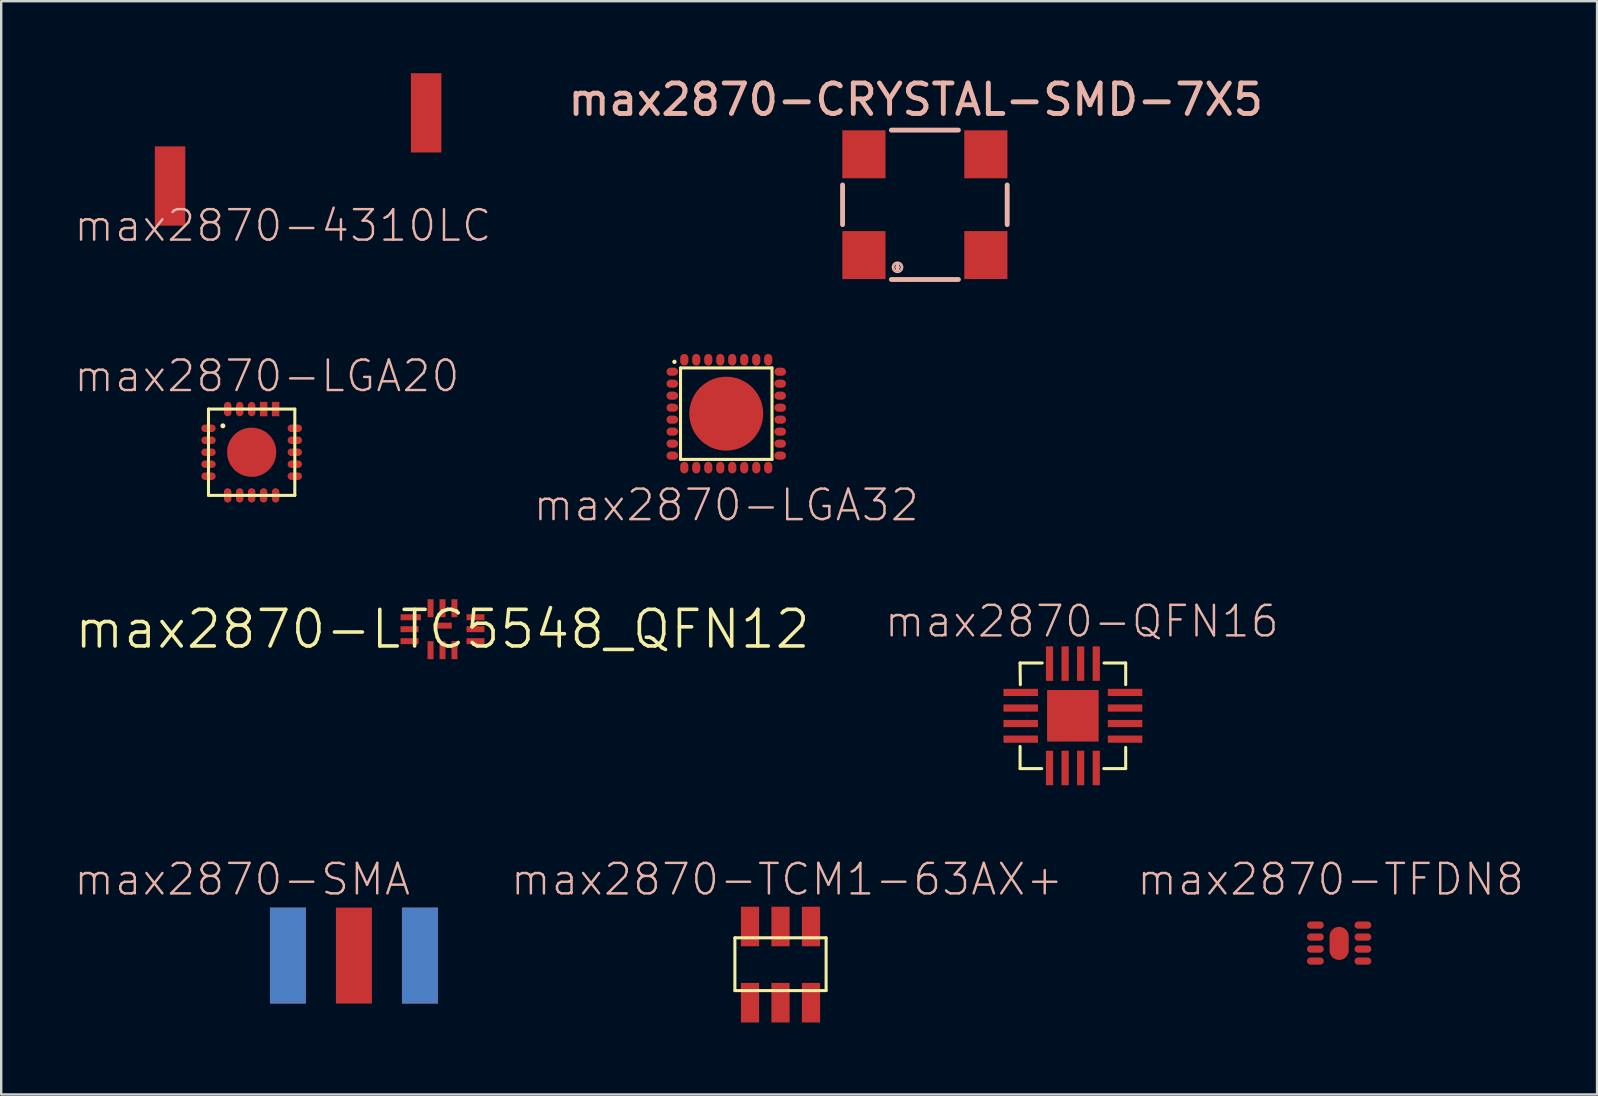
<source format=kicad_pcb>
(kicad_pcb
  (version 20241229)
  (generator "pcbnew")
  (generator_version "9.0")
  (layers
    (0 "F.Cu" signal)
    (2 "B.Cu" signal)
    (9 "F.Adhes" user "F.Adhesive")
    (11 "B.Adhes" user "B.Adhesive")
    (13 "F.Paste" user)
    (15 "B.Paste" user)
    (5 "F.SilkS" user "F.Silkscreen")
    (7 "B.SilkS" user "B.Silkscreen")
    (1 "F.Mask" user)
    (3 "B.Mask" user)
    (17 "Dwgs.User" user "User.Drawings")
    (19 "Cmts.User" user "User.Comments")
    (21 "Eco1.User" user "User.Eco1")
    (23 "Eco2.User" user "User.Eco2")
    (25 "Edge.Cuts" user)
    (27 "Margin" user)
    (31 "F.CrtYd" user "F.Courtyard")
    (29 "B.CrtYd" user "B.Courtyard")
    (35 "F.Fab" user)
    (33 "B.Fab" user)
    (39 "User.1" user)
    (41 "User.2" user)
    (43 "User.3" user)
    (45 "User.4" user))
  (footprint "max2870-TFDN8"
    (layer "F.Cu")
    (at 51.75 35.49)
    (property "Reference" "max2870-TFDN8" (at 0.635 -1.905 0) (layer "B.SilkS") (effects (font (size 1.27 1.27) (thickness 0.102))))
    (attr smd)
    (pad "1" smd oval (at 0 0) (size 0.699 0.3) (layers "F.Cu" "F.Mask" "F.Paste"))
    (pad "2" smd oval (at 0 0.498) (size 0.699 0.3) (layers "F.Cu" "F.Mask" "F.Paste"))
    (pad "3" smd oval (at 0 0.998) (size 0.699 0.3) (layers "F.Cu" "F.Mask" "F.Paste"))
    (pad "4" smd oval (at 0 1.499) (size 0.699 0.3) (layers "F.Cu" "F.Mask" "F.Paste"))
    (pad "5" smd oval (at 1.979 1.499) (size 0.699 0.3) (layers "F.Cu" "F.Mask" "F.Paste"))
    (pad "6" smd oval (at 1.979 0.998) (size 0.699 0.3) (layers "F.Cu" "F.Mask" "F.Paste"))
    (pad "7" smd oval (at 1.979 0.498) (size 0.699 0.3) (layers "F.Cu" "F.Mask" "F.Paste"))
    (pad "8" smd oval (at 1.979 0) (size 0.699 0.3) (layers "F.Cu" "F.Mask" "F.Paste"))
    (pad "PAD" smd oval (at 0.988 0.762) (size 0.798 1.379) (layers "F.Cu" "F.Mask" "F.Paste")))
  (footprint "max2870-LTC5548_QFN12"
    (layer "F.Cu")
    (at 15.385 23.163)
    (property "Reference" "max2870-LTC5548_QFN12" (at 0 0 0) (layer "F.SilkS") (effects (font (size 1.524 1.524) (thickness 0.15))))
    (attr smd)
    (pad "EN" smd rect (at 1.374 0.498 180) (size 0.749 0.249) (layers "F.Cu" "F.Mask" "F.Paste"))
    (pad "GND@" smd rect (at -1.323 -0.498) (size 0.848 0.249) (layers "F.Cu" "F.Mask" "F.Paste"))
    (pad "GND@" smd rect (at -0.498 -0.874 270) (size 0.749 0.249) (layers "F.Cu" "F.Mask" "F.Paste"))
    (pad "GND@" smd rect (at -0.498 0.874 90) (size 0.749 0.249) (layers "F.Cu" "F.Mask" "F.Paste"))
    (pad "GND@" smd rect (at 0.498 -0.874 270) (size 0.749 0.249) (layers "F.Cu" "F.Mask" "F.Paste"))
    (pad "GND@" smd rect (at 0.498 0.874 90) (size 0.749 0.249) (layers "F.Cu" "F.Mask" "F.Paste"))
    (pad "IF+" smd rect (at -1.374 0) (size 0.749 0.249) (layers "F.Cu" "F.Mask" "F.Paste"))
    (pad "IF-" smd rect (at -1.374 0.498) (size 0.749 0.249) (layers "F.Cu" "F.Mask" "F.Paste"))
    (pad "LO" smd rect (at 0 -0.874 270) (size 0.749 0.249) (layers "F.Cu" "F.Mask" "F.Paste"))
    (pad "P$1" smd rect (at 0 -0.15) (size 0.77 0.249) (layers "F.Cu" "F.Mask" "F.Paste"))
    (pad "RF" smd rect (at 0 0.874 90) (size 0.749 0.249) (layers "F.Cu" "F.Mask" "F.Paste"))
    (pad "VCC" smd rect (at 1.374 -0.498 180) (size 0.749 0.249) (layers "F.Cu" "F.Mask" "F.Paste"))
    (pad "X2" smd rect (at 1.374 0 180) (size 0.749 0.249) (layers "F.Cu" "F.Mask" "F.Paste")))
  (footprint "max2870-4310LC"
    (layer "F.Cu")
    (at 9.369 3.175)
    (property "Reference" "max2870-4310LC" (at -0.635 3.175 0) (layer "B.SilkS") (effects (font (size 1.27 1.27) (thickness 0.102))))
    (attr smd)
    (pad "1" smd rect (at -5.334 1.524 180) (size 1.27 3.302) (layers "F.Cu" "F.Mask" "F.Paste"))
    (pad "2" smd rect (at 5.334 -1.524 90) (size 3.302 1.27) (layers "F.Cu" "F.Mask" "F.Paste")))
  (footprint "max2870-SMA"
    (layer "F.Cu")
    (at 8.946 36.76)
    (property "Reference" "max2870-SMA" (at -1.905 -3.175 180) (layer "B.SilkS") (effects (font (size 1.27 1.27) (thickness 0.102))))
    (attr smd)
    (pad "GND@" smd rect (at 0 0 90) (size 3.998 1.499) (layers "F.Cu" "F.Mask" "F.Paste"))
    (pad "GND@" smd rect (at 0 0 90) (size 3.998 1.499) (layers "B.Cu" "B.Mask"))
    (pad "GND@" smd rect (at 5.499 0 90) (size 3.998 1.499) (layers "F.Cu" "F.Mask" "F.Paste"))
    (pad "GND@" smd rect (at 5.499 0 90) (size 3.998 1.499) (layers "B.Cu" "B.Mask"))
    (pad "SIGN" smd rect (at 2.748 0 90) (size 3.998 1.499) (layers "F.Cu" "F.Mask" "F.Paste")))
  (footprint "max2870-LGA32"
    (layer "F.Cu")
    (at 27.206 14.183)
    (property "Reference" "max2870-LGA32" (at 0 3.81 0) (layer "B.SilkS") (effects (font (size 1.27 1.27) (thickness 0.102))))
    (attr smd)
    (fp_line (start -1.905 -1.905) (end 1.905 -1.905) (stroke (width 0.127) (type solid)) (layer "F.SilkS"))
    (fp_line (start -1.905 1.905) (end -1.905 -1.905) (stroke (width 0.127) (type solid)) (layer "F.SilkS"))
    (fp_line (start 1.905 -1.905) (end 1.905 1.905) (stroke (width 0.127) (type solid)) (layer "F.SilkS"))
    (fp_line (start 1.905 1.905) (end -1.905 1.905) (stroke (width 0.127) (type solid)) (layer "F.SilkS"))
    (fp_circle (center -2.159 -2.159) (end -2.223 -2.223) (stroke (width 0) (type solid)) (fill yes) (layer "F.SilkS"))
    (pad "1" smd oval (at -2.248 -1.748 180) (size 0.483 0.338) (layers "F.Cu" "F.Mask" "F.Paste"))
    (pad "2" smd oval (at -2.248 -1.25 180) (size 0.483 0.338) (layers "F.Cu" "F.Mask" "F.Paste"))
    (pad "3" smd oval (at -2.248 -0.749 180) (size 0.483 0.338) (layers "F.Cu" "F.Mask" "F.Paste"))
    (pad "4" smd oval (at -2.248 -0.249 180) (size 0.483 0.338) (layers "F.Cu" "F.Mask" "F.Paste"))
    (pad "5" smd oval (at -2.248 0.249 180) (size 0.483 0.338) (layers "F.Cu" "F.Mask" "F.Paste"))
    (pad "6" smd oval (at -2.248 0.749 180) (size 0.483 0.338) (layers "F.Cu" "F.Mask" "F.Paste"))
    (pad "7" smd oval (at -2.248 1.25 180) (size 0.483 0.338) (layers "F.Cu" "F.Mask" "F.Paste"))
    (pad "8" smd oval (at -2.248 1.748 180) (size 0.483 0.338) (layers "F.Cu" "F.Mask" "F.Paste"))
    (pad "9" smd oval (at -1.748 2.248 270) (size 0.483 0.338) (layers "F.Cu" "F.Mask" "F.Paste"))
    (pad "10" smd oval (at -1.25 2.248 270) (size 0.483 0.338) (layers "F.Cu" "F.Mask" "F.Paste"))
    (pad "11" smd oval (at -0.749 2.248 270) (size 0.483 0.338) (layers "F.Cu" "F.Mask" "F.Paste"))
    (pad "12" smd oval (at -0.249 2.248 270) (size 0.483 0.338) (layers "F.Cu" "F.Mask" "F.Paste"))
    (pad "13" smd oval (at 0.249 2.248 270) (size 0.483 0.338) (layers "F.Cu" "F.Mask" "F.Paste"))
    (pad "14" smd oval (at 0.749 2.248 270) (size 0.483 0.338) (layers "F.Cu" "F.Mask" "F.Paste"))
    (pad "15" smd oval (at 1.25 2.248 270) (size 0.483 0.338) (layers "F.Cu" "F.Mask" "F.Paste"))
    (pad "16" smd oval (at 1.748 2.248 270) (size 0.483 0.338) (layers "F.Cu" "F.Mask" "F.Paste"))
    (pad "17" smd oval (at 2.248 1.748 180) (size 0.483 0.338) (layers "F.Cu" "F.Mask" "F.Paste"))
    (pad "18" smd oval (at 2.248 1.25 180) (size 0.483 0.338) (layers "F.Cu" "F.Mask" "F.Paste"))
    (pad "19" smd oval (at 2.248 0.749 180) (size 0.483 0.338) (layers "F.Cu" "F.Mask" "F.Paste"))
    (pad "20" smd oval (at 2.248 0.249 180) (size 0.483 0.338) (layers "F.Cu" "F.Mask" "F.Paste"))
    (pad "21" smd oval (at 2.248 -0.249 180) (size 0.483 0.338) (layers "F.Cu" "F.Mask" "F.Paste"))
    (pad "22" smd oval (at 2.248 -0.749 180) (size 0.483 0.338) (layers "F.Cu" "F.Mask" "F.Paste"))
    (pad "23" smd oval (at 2.248 -1.25 180) (size 0.483 0.338) (layers "F.Cu" "F.Mask" "F.Paste"))
    (pad "24" smd oval (at 2.248 -1.748 180) (size 0.483 0.338) (layers "F.Cu" "F.Mask" "F.Paste"))
    (pad "25" smd oval (at 1.748 -2.248 90) (size 0.483 0.338) (layers "F.Cu" "F.Mask" "F.Paste"))
    (pad "26" smd oval (at 1.25 -2.248 90) (size 0.483 0.338) (layers "F.Cu" "F.Mask" "F.Paste"))
    (pad "27" smd oval (at 0.749 -2.248 90) (size 0.483 0.338) (layers "F.Cu" "F.Mask" "F.Paste"))
    (pad "28" smd oval (at 0.249 -2.248 90) (size 0.483 0.338) (layers "F.Cu" "F.Mask" "F.Paste"))
    (pad "29" smd oval (at -0.249 -2.248 90) (size 0.483 0.338) (layers "F.Cu" "F.Mask" "F.Paste"))
    (pad "30" smd oval (at -0.749 -2.248 90) (size 0.483 0.338) (layers "F.Cu" "F.Mask" "F.Paste"))
    (pad "31" smd oval (at -1.25 -2.248 90) (size 0.483 0.338) (layers "F.Cu" "F.Mask" "F.Paste"))
    (pad "32" smd oval (at -1.748 -2.248 90) (size 0.483 0.338) (layers "F.Cu" "F.Mask" "F.Paste"))
    (pad "PAD" smd oval (at 0 0) (size 3.078 3.078) (layers "F.Cu" "F.Mask" "F.Paste")))
  (footprint "max2870-LGA20"
    (layer "F.Cu")
    (at 7.434 15.79)
    (property "Reference" "max2870-LGA20" (at 0.635 -3.175 0) (layer "B.SilkS") (effects (font (size 1.27 1.27) (thickness 0.102))))
    (attr smd)
    (fp_line (start -1.798 -1.798) (end -1.798 1.798) (stroke (width 0.127) (type solid)) (layer "F.SilkS"))
    (fp_line (start -1.798 1.798) (end 1.798 1.798) (stroke (width 0.127) (type solid)) (layer "F.SilkS"))
    (fp_line (start 1.798 -1.798) (end -1.798 -1.798) (stroke (width 0.127) (type solid)) (layer "F.SilkS"))
    (fp_line (start 1.798 1.798) (end 1.798 -1.798) (stroke (width 0.127) (type solid)) (layer "F.SilkS"))
    (fp_circle (center -1.199 -1.1) (end -1.273 -1.173) (stroke (width 0) (type solid)) (fill yes) (layer "F.SilkS"))
    (pad "CTRL" smd rect (at 0.498 -1.798 270) (size 0.599 0.31) (layers "F.Cu" "F.Mask" "F.Paste"))
    (pad "CTRL" smd rect (at 0.998 -1.798 270) (size 0.599 0.31) (layers "F.Cu" "F.Mask" "F.Paste"))
    (pad "GND@" smd oval (at -1.798 -0.998) (size 0.599 0.31) (layers "F.Cu" "F.Mask" "F.Paste"))
    (pad "GND@" smd oval (at -1.798 -0.498) (size 0.599 0.31) (layers "F.Cu" "F.Mask" "F.Paste"))
    (pad "GND@" smd oval (at -1.798 0.498) (size 0.599 0.31) (layers "F.Cu" "F.Mask" "F.Paste"))
    (pad "GND@" smd oval (at -1.798 0.998) (size 0.599 0.31) (layers "F.Cu" "F.Mask" "F.Paste"))
    (pad "GND@" smd oval (at -0.998 1.798 90) (size 0.599 0.31) (layers "F.Cu" "F.Mask" "F.Paste"))
    (pad "GND@" smd oval (at -0.498 -1.798 270) (size 0.599 0.31) (layers "F.Cu" "F.Mask" "F.Paste"))
    (pad "GND@" smd oval (at -0.498 1.798 90) (size 0.599 0.31) (layers "F.Cu" "F.Mask" "F.Paste"))
    (pad "GND@" smd oval (at 0 -1.798 270) (size 0.599 0.31) (layers "F.Cu" "F.Mask" "F.Paste"))
    (pad "GND@" smd oval (at 0.498 1.798 90) (size 0.599 0.31) (layers "F.Cu" "F.Mask" "F.Paste"))
    (pad "GND@" smd oval (at 0.998 1.798 90) (size 0.599 0.31) (layers "F.Cu" "F.Mask" "F.Paste"))
    (pad "GND@" smd oval (at 1.798 -0.998 180) (size 0.599 0.31) (layers "F.Cu" "F.Mask" "F.Paste"))
    (pad "GND@" smd oval (at 1.798 -0.498 180) (size 0.599 0.31) (layers "F.Cu" "F.Mask" "F.Paste"))
    (pad "GND@" smd oval (at 1.798 0.498 180) (size 0.599 0.31) (layers "F.Cu" "F.Mask" "F.Paste"))
    (pad "GND@" smd oval (at 1.798 0.998 180) (size 0.599 0.31) (layers "F.Cu" "F.Mask" "F.Paste"))
    (pad "PAD" smd oval (at 0 0) (size 2.05 2.05) (layers "F.Cu" "F.Mask" "F.Paste"))
    (pad "RF1" smd oval (at -1.798 0) (size 0.599 0.31) (layers "F.Cu" "F.Mask" "F.Paste"))
    (pad "RF2" smd oval (at 1.798 0 180) (size 0.599 0.31) (layers "F.Cu" "F.Mask" "F.Paste"))
    (pad "RFC" smd oval (at 0 1.798 90) (size 0.599 0.31) (layers "F.Cu" "F.Mask" "F.Paste"))
    (pad "VDD" smd oval (at -0.998 -1.798 270) (size 0.599 0.31) (layers "F.Cu" "F.Mask" "F.Paste")))
  (footprint "max2870-TCM1-63AX+"
    (layer "F.Cu")
    (at 29.466 36.818)
    (property "Reference" "max2870-TCM1-63AX+" (at 0.274 -3.233 0) (layer "B.SilkS") (effects (font (size 1.27 1.27) (thickness 0.102))))
    (attr smd)
    (fp_line (start -1.9 -0.798) (end 1.9 -0.798) (stroke (width 0.127) (type solid)) (layer "F.SilkS"))
    (fp_line (start -1.9 1.4) (end -1.9 -0.798) (stroke (width 0.127) (type solid)) (layer "F.SilkS"))
    (fp_line (start 1.9 -0.798) (end 1.9 1.4) (stroke (width 0.127) (type solid)) (layer "F.SilkS"))
    (fp_line (start 1.9 1.4) (end -1.9 1.4) (stroke (width 0.127) (type solid)) (layer "F.SilkS"))
    (pad "1" smd rect (at -1.27 -1.27 180) (size 0.759 1.648) (layers "F.Cu" "F.Mask" "F.Paste"))
    (pad "2" smd rect (at 0 -1.27 180) (size 0.759 1.648) (layers "F.Cu" "F.Mask" "F.Paste"))
    (pad "3" smd rect (at 1.27 -1.27 180) (size 0.759 1.648) (layers "F.Cu" "F.Mask" "F.Paste"))
    (pad "4" smd rect (at 1.27 1.905 180) (size 0.759 1.648) (layers "F.Cu" "F.Mask" "F.Paste"))
    (pad "5" smd rect (at 0 1.905 180) (size 0.759 1.648) (layers "F.Cu" "F.Mask" "F.Paste"))
    (pad "6" smd rect (at -1.27 1.905 180) (size 0.759 1.648) (layers "F.Cu" "F.Mask" "F.Paste")))
  (footprint "max2870-CRYSTAL-SMD-7X5"
    (layer "F.Cu")
    (at 32.941 7.577)
    (property "Reference" "max2870-CRYSTAL-SMD-7X5" (at 2.159 -6.477 0) (layer "B.SilkS") (effects (font (size 1.27 1.27) (thickness 0.203))))
    (attr smd)
    (fp_line (start -0.889 -1.27) (end -0.889 -2.921) (stroke (width 0.203) (type solid)) (layer "B.SilkS"))
    (fp_line (start 1.4 0.409) (end 1.4 0.607) (stroke (width 0.127) (type solid)) (layer "B.SilkS"))
    (fp_line (start 3.937 -5.207) (end 1.143 -5.207) (stroke (width 0.203) (type solid)) (layer "B.SilkS"))
    (fp_line (start 3.937 1.016) (end 1.143 1.016) (stroke (width 0.203) (type solid)) (layer "B.SilkS"))
    (fp_line (start 5.969 -1.27) (end 5.969 -2.921) (stroke (width 0.203) (type solid)) (layer "B.SilkS"))
    (fp_circle (center 1.4 0.508) (end 1.448 0.556) (stroke (width 0.064) (type solid)) (fill no) (layer "B.SilkS"))
    (fp_circle (center 1.4 0.508) (end 1.511 0.62) (stroke (width 0.064) (type solid)) (fill no) (layer "B.SilkS"))
    (fp_circle (center 1.4 0.508) (end 1.549 0.658) (stroke (width 0.064) (type solid)) (fill no) (layer "B.SilkS"))
    (pad "EN" smd rect (at 0 0 90) (size 1.999 1.798) (layers "F.Cu" "F.Mask" "F.Paste"))
    (pad "GND" smd rect (at 5.08 0 90) (size 1.999 1.798) (layers "F.Cu" "F.Mask" "F.Paste"))
    (pad "OUT" smd rect (at 5.08 -4.199 90) (size 1.999 1.798) (layers "F.Cu" "F.Mask" "F.Paste"))
    (pad "VCC" smd rect (at 0 -4.199 90) (size 1.999 1.798) (layers "F.Cu" "F.Mask" "F.Paste")))
  (footprint "max2870-QFN16"
    (layer "F.Cu")
    (at 41.647 26.77)
    (property "Reference" "max2870-QFN16" (at 0.373 -3.934 0) (layer "B.SilkS") (effects (font (size 1.27 1.27) (thickness 0.102))))
    (attr smd)
    (fp_line (start -2.2 -2.2) (end -1.278 -2.2) (stroke (width 0.127) (type solid)) (layer "F.SilkS"))
    (fp_line (start -2.2 2.2) (end -2.2 1.278) (stroke (width 0.127) (type solid)) (layer "F.SilkS"))
    (fp_line (start -2.189 -1.298) (end -2.2 -2.2) (stroke (width 0.127) (type solid)) (layer "F.SilkS"))
    (fp_line (start -1.298 2.2) (end -2.2 2.2) (stroke (width 0.127) (type solid)) (layer "F.SilkS"))
    (fp_line (start 1.298 -2.2) (end 2.2 -2.2) (stroke (width 0.127) (type solid)) (layer "F.SilkS"))
    (fp_line (start 2.2 -2.2) (end 2.2 -1.298) (stroke (width 0.127) (type solid)) (layer "F.SilkS"))
    (fp_line (start 2.2 1.318) (end 2.2 2.2) (stroke (width 0.127) (type solid)) (layer "F.SilkS"))
    (fp_line (start 2.2 2.2) (end 1.288 2.2) (stroke (width 0.127) (type solid)) (layer "F.SilkS"))
    (pad "P1" smd rect (at -2.174 -0.973 180) (size 1.438 0.3) (layers "F.Cu" "F.Mask" "F.Paste"))
    (pad "P2" smd rect (at -2.174 -0.323 180) (size 1.438 0.3) (layers "F.Cu" "F.Mask" "F.Paste"))
    (pad "P3" smd rect (at -2.174 0.323 180) (size 1.438 0.3) (layers "F.Cu" "F.Mask" "F.Paste"))
    (pad "P4" smd rect (at -2.174 0.973 180) (size 1.438 0.3) (layers "F.Cu" "F.Mask" "F.Paste"))
    (pad "P5" smd rect (at -0.973 2.174 90) (size 1.438 0.3) (layers "F.Cu" "F.Mask" "F.Paste"))
    (pad "P6" smd rect (at -0.323 2.174 90) (size 1.438 0.3) (layers "F.Cu" "F.Mask" "F.Paste"))
    (pad "P7" smd rect (at 0.323 2.174 90) (size 1.438 0.3) (layers "F.Cu" "F.Mask" "F.Paste"))
    (pad "P8" smd rect (at 0.973 2.174 90) (size 1.438 0.3) (layers "F.Cu" "F.Mask" "F.Paste"))
    (pad "P9" smd rect (at 2.174 0.973) (size 1.438 0.3) (layers "F.Cu" "F.Mask" "F.Paste"))
    (pad "P10" smd rect (at 2.174 0.323) (size 1.438 0.3) (layers "F.Cu" "F.Mask" "F.Paste"))
    (pad "P11" smd rect (at 2.174 -0.323) (size 1.438 0.3) (layers "F.Cu" "F.Mask" "F.Paste"))
    (pad "P12" smd rect (at 2.174 -0.973) (size 1.438 0.3) (layers "F.Cu" "F.Mask" "F.Paste"))
    (pad "P13" smd rect (at 0.973 -2.174 90) (size 1.438 0.3) (layers "F.Cu" "F.Mask" "F.Paste"))
    (pad "P14" smd rect (at 0.323 -2.174 90) (size 1.438 0.3) (layers "F.Cu" "F.Mask" "F.Paste"))
    (pad "P15" smd rect (at -0.323 -2.174 90) (size 1.438 0.3) (layers "F.Cu" "F.Mask" "F.Paste"))
    (pad "P16" smd rect (at -0.973 -2.174 90) (size 1.438 0.3) (layers "F.Cu" "F.Mask" "F.Paste"))
    (pad "P17" smd rect (at 0 0) (size 2.149 2.149) (layers "F.Cu" "F.Mask" "F.Paste")))
  (gr_rect
    (start -3 -3)
    (end 63.484 42.547)
    (stroke (width 0.1) (type default))
    (fill no)
    (layer "Edge.Cuts")))
</source>
